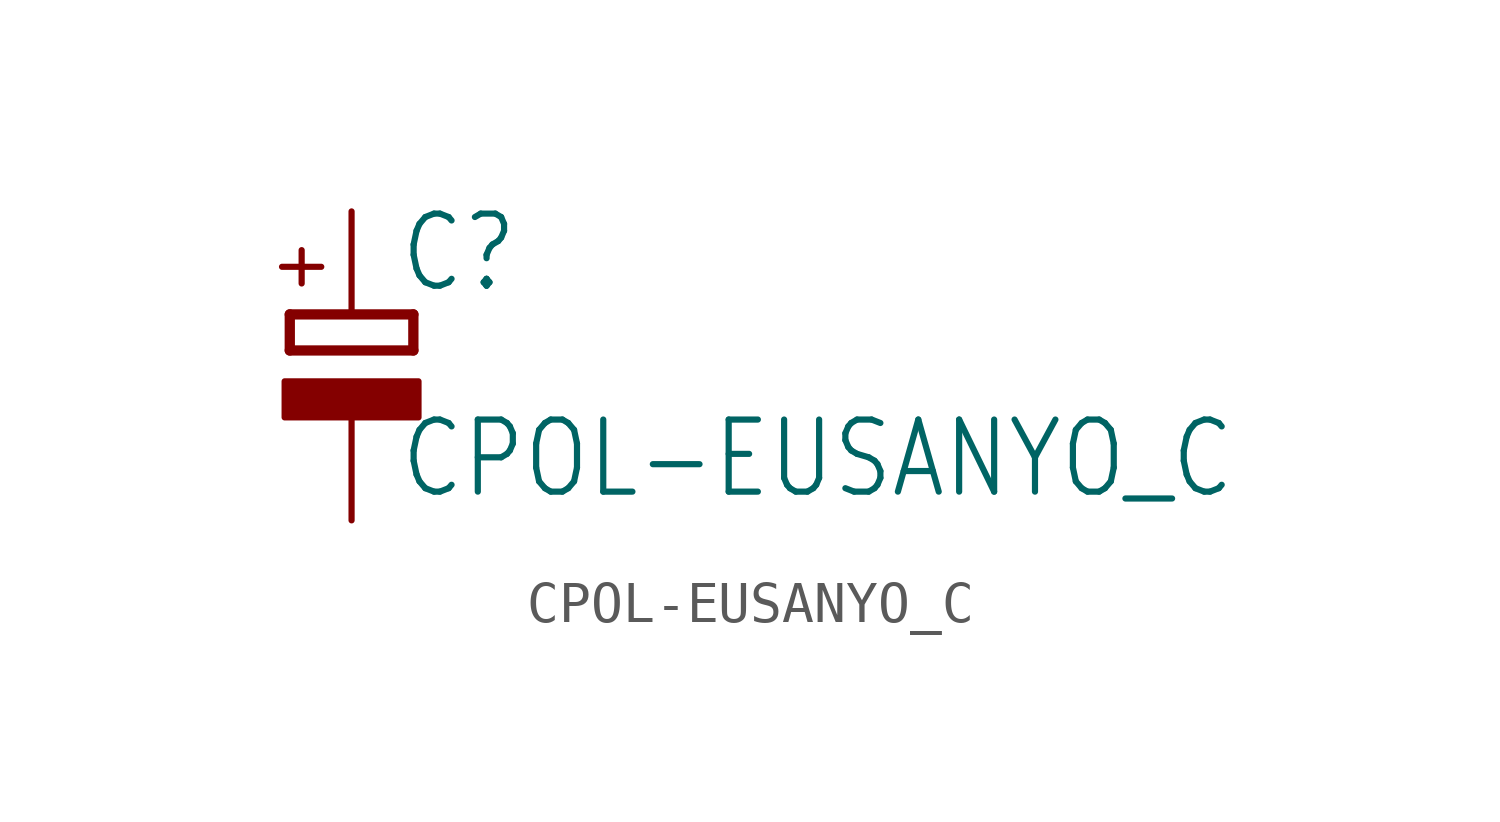
<source format=kicad_sym>
(kicad_symbol_lib
  (version 20211014)
  (generator kicad_symbol_editor)
  (symbol "CPOL-EUSANYO_C"
    (property "Reference" "C"
      (at 1.143 0.483 0)
      (effects (font (size 1.778 1.511)) (justify left bottom)))
    (property "Value" "CPOL-EUSANYO_C"
      (at 1.143 -4.597 0)
      (effects (font (size 1.778 1.511)) (justify left bottom)))
    (property "ki_locked" ""
      (at 0 0 0)
      (effects (font (size 1.27 1.27))))
    (symbol "CPOL-EUSANYO_C_1_0"
      (rectangle (start -1.651 -2.54) (end 1.651 -1.651) (stroke (width 0) (type default) (color 0 0 0 0)) (fill (type outline)))
      (polyline (pts (xy -1.524 -0.889) (xy 1.524 -0.889)) (stroke (width 0.254) (type default) (color 0 0 0 0)) (fill (type none)))
      (polyline (pts (xy -1.524 0) (xy -1.524 -0.889)) (stroke (width 0.254) (type default) (color 0 0 0 0)) (fill (type none)))
      (polyline (pts (xy -1.524 0) (xy 1.524 0)) (stroke (width 0.254) (type default) (color 0 0 0 0)) (fill (type none)))
      (polyline (pts (xy 1.524 -0.889) (xy 1.524 0)) (stroke (width 0.254) (type default) (color 0 0 0 0)) (fill (type none)))
      (text "+" (at -0.584 0.406 900) (effects (font (size 1.27 1.079)) (justify left bottom)))
      (pin passive line (at 0 2.54 270) (length 2.54) (name "+" (effects (font (size 0 0)))) (number "+" (effects (font (size 0 0)))))
      (pin passive line (at 0 -5.08 90) (length 2.54) (name "-" (effects (font (size 0 0)))) (number "-" (effects (font (size 0 0))))))))
</source>
